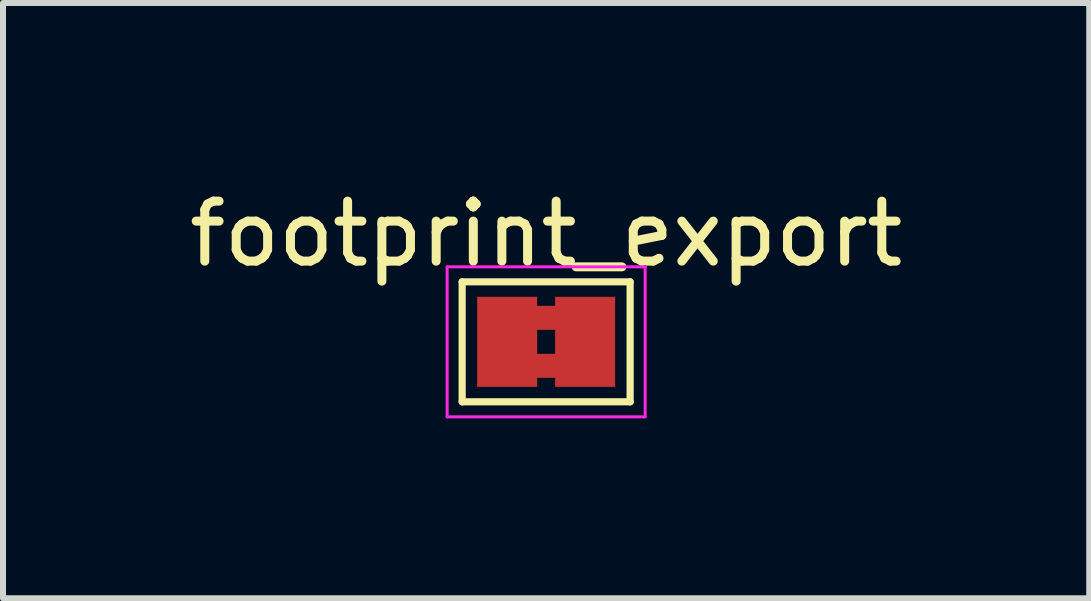
<source format=kicad_pcb>
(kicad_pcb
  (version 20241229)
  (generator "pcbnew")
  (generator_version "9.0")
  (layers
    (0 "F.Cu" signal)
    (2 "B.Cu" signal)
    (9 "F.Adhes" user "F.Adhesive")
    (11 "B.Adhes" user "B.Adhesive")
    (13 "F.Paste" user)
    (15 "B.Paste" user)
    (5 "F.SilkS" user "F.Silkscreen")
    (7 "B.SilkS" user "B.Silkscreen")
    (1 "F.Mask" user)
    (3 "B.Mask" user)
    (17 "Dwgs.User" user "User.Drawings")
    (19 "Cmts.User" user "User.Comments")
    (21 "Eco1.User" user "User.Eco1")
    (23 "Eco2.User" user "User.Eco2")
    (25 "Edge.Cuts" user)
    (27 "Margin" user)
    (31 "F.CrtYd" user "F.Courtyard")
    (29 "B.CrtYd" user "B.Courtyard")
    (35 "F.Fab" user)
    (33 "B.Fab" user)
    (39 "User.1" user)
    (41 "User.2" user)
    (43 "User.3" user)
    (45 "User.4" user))
  (footprint "footprint_export"
    (layer "F.Cu")
    (at 6.054 2.648)
    (property "Reference" "footprint_export" (at 0 -1.8 0) (layer "F.SilkS") (effects (font (size 1 1) (thickness 0.15))))
    (attr exclude_from_pos_files exclude_from_bom)
    (fp_poly (pts (xy -0.25 -0.6) (xy 0.25 -0.6) (xy 0.25 -0.2) (xy -0.25 -0.2)) (stroke (width 0) (type solid)) (fill yes) (layer "F.Cu"))
    (fp_poly (pts (xy -0.25 0.2) (xy 0.25 0.2) (xy 0.25 0.6) (xy -0.25 0.6)) (stroke (width 0) (type solid)) (fill yes) (layer "F.Cu"))
    (fp_line (start -1.4 -1) (end 1.4 -1) (stroke (width 0.12) (type solid)) (layer "F.SilkS"))
    (fp_line (start -1.4 1) (end -1.4 -1) (stroke (width 0.12) (type solid)) (layer "F.SilkS"))
    (fp_line (start 1.4 -1) (end 1.4 1) (stroke (width 0.12) (type solid)) (layer "F.SilkS"))
    (fp_line (start 1.4 1) (end -1.4 1) (stroke (width 0.12) (type solid)) (layer "F.SilkS"))
    (fp_line (start -1.65 -1.25) (end -1.65 1.25) (stroke (width 0.05) (type solid)) (layer "F.CrtYd"))
    (fp_line (start -1.65 -1.25) (end 1.65 -1.25) (stroke (width 0.05) (type solid)) (layer "F.CrtYd"))
    (fp_line (start 1.65 1.25) (end -1.65 1.25) (stroke (width 0.05) (type solid)) (layer "F.CrtYd"))
    (fp_line (start 1.65 1.25) (end 1.65 -1.25) (stroke (width 0.05) (type solid)) (layer "F.CrtYd"))
    (pad "1" smd rect (at -0.65 0) (size 1 1.5) (layers "F.Cu" "F.Mask"))
    (pad "2" smd rect (at 0.65 0) (size 1 1.5) (layers "F.Cu" "F.Mask")))
  (gr_rect
    (start -3 -3)
    (end 15.107 6.923)
    (stroke (width 0.1) (type default))
    (fill no)
    (layer "Edge.Cuts")))
</source>
